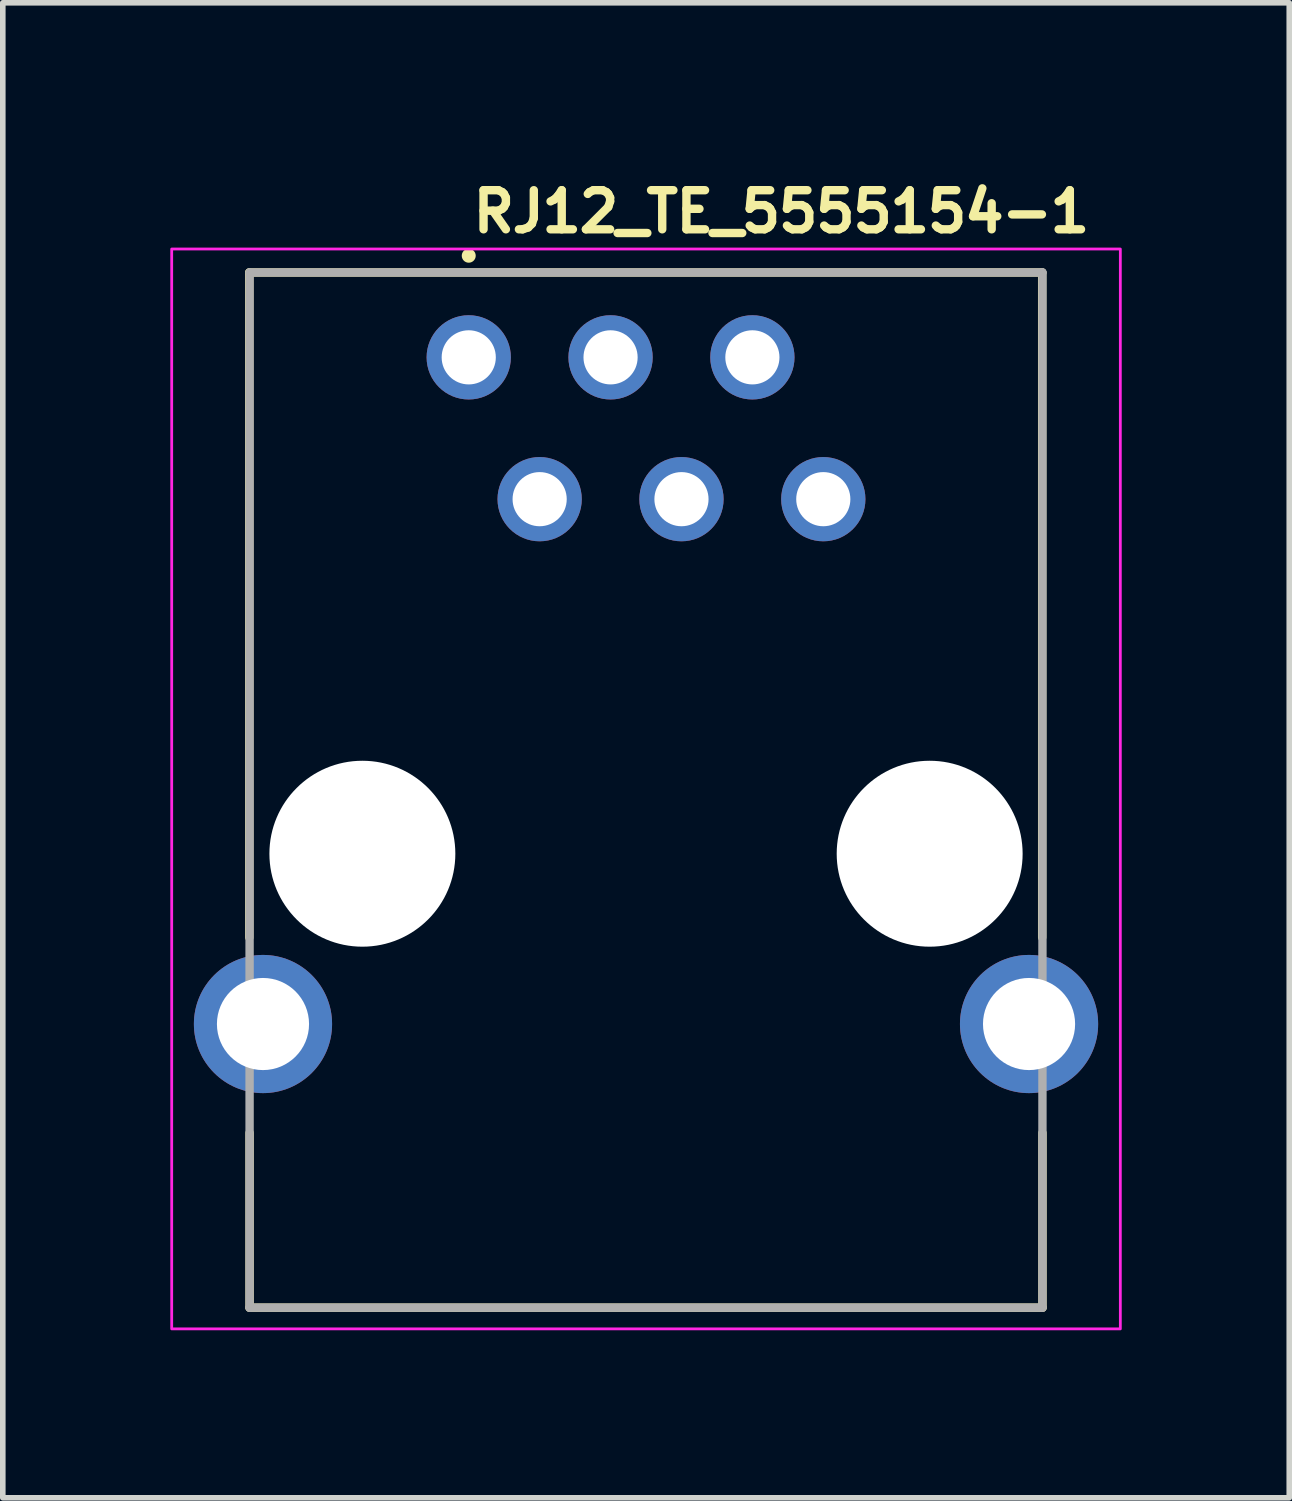
<source format=kicad_pcb>
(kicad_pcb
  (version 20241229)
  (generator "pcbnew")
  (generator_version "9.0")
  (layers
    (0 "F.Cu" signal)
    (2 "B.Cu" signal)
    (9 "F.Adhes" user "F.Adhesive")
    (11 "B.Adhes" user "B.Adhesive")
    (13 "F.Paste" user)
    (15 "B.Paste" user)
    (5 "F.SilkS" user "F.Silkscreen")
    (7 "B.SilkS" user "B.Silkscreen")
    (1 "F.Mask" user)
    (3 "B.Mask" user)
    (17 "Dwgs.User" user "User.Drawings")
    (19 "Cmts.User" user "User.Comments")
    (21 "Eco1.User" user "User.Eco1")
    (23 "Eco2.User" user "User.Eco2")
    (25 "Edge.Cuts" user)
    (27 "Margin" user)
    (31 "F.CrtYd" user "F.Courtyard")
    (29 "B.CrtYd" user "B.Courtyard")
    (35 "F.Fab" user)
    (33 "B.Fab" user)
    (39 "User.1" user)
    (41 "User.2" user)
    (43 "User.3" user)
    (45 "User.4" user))
  (footprint "RJ12_TE_5555154-1"
    (layer "F.Cu")
    (at 5.345 3.35)
    (property "Reference" "RJ12_TE_5555154-1" (at 0 -2.2 0) (layer "F.SilkS") (effects (font (size 0.7 0.7) (thickness 0.15)) (justify left bottom)))
    (attr through_hole)
    (fp_line (start -3.93 -1.52) (end 10.27 -1.52) (stroke (width 0.15) (type solid)) (layer "F.SilkS"))
    (fp_line (start -3.93 10.39) (end -3.93 -1.52) (stroke (width 0.15) (type solid)) (layer "F.SilkS"))
    (fp_line (start -3.925 13.89) (end -3.925 17.02) (stroke (width 0.15) (type solid)) (layer "F.SilkS"))
    (fp_line (start -3.925 17.02) (end 10.275 17.02) (stroke (width 0.15) (type solid)) (layer "F.SilkS"))
    (fp_line (start 10.27 -1.52) (end 10.27 10.39) (stroke (width 0.15) (type solid)) (layer "F.SilkS"))
    (fp_line (start 10.275 17.02) (end 10.275 13.89) (stroke (width 0.15) (type solid)) (layer "F.SilkS"))
    (fp_circle (center 0 -1.82) (end 0.05 -1.82) (stroke (width 0.15) (type solid)) (fill yes) (layer "F.SilkS"))
    (fp_rect (start -5.32 -1.94) (end 11.67 17.4) (stroke (width 0.05) (type solid)) (fill no) (layer "F.CrtYd"))
    (fp_line (start -3.925 -1.52) (end 10.275 -1.52) (stroke (width 0.15) (type solid)) (layer "F.Fab"))
    (fp_line (start -3.925 17.02) (end -3.925 -1.52) (stroke (width 0.15) (type solid)) (layer "F.Fab"))
    (fp_line (start 10.275 -1.52) (end 10.275 17.02) (stroke (width 0.15) (type solid)) (layer "F.Fab"))
    (fp_line (start 10.275 17.02) (end -3.925 17.02) (stroke (width 0.15) (type solid)) (layer "F.Fab"))
    (fp_rect (start -4.763 -1.542) (end 11.113 17) (stroke (width 0.1) (type solid)) (fill no) (layer "User.5"))
    (fp_line (start -4.763 13.063) (end -3.861 13.063) (stroke (width 0.02) (type solid)) (layer "User.9"))
    (fp_line (start -4.763 14.333) (end -4.763 13.063) (stroke (width 0.02) (type solid)) (layer "User.9"))
    (fp_line (start -3.861 9.621) (end -3.612 9.621) (stroke (width 0.02) (type solid)) (layer "User.9"))
    (fp_line (start -3.861 14.333) (end -4.763 14.333) (stroke (width 0.02) (type solid)) (layer "User.9"))
    (fp_line (start -3.861 16.606) (end -3.861 9.621) (stroke (width 0.02) (type solid)) (layer "User.9"))
    (fp_line (start -3.861 16.606) (end -3.86 16.627) (stroke (width 0.02) (type solid)) (layer "User.9"))
    (fp_line (start -3.86 16.627) (end -3.859 16.647) (stroke (width 0.02) (type solid)) (layer "User.9"))
    (fp_line (start -3.859 16.647) (end -3.856 16.666) (stroke (width 0.02) (type solid)) (layer "User.9"))
    (fp_line (start -3.856 16.666) (end -3.853 16.686) (stroke (width 0.02) (type solid)) (layer "User.9"))
    (fp_line (start -3.853 16.686) (end -3.848 16.705) (stroke (width 0.02) (type solid)) (layer "User.9"))
    (fp_line (start -3.848 16.705) (end -3.843 16.723) (stroke (width 0.02) (type solid)) (layer "User.9"))
    (fp_line (start -3.843 16.723) (end -3.837 16.742) (stroke (width 0.02) (type solid)) (layer "User.9"))
    (fp_line (start -3.837 16.742) (end -3.83 16.76) (stroke (width 0.02) (type solid)) (layer "User.9"))
    (fp_line (start -3.83 16.76) (end -3.822 16.777) (stroke (width 0.02) (type solid)) (layer "User.9"))
    (fp_line (start -3.822 16.777) (end -3.813 16.794) (stroke (width 0.02) (type solid)) (layer "User.9"))
    (fp_line (start -3.813 16.794) (end -3.804 16.81) (stroke (width 0.02) (type solid)) (layer "User.9"))
    (fp_line (start -3.804 16.81) (end -3.794 16.826) (stroke (width 0.02) (type solid)) (layer "User.9"))
    (fp_line (start -3.794 16.826) (end -3.783 16.842) (stroke (width 0.02) (type solid)) (layer "User.9"))
    (fp_line (start -3.783 16.842) (end -3.771 16.857) (stroke (width 0.02) (type solid)) (layer "User.9"))
    (fp_line (start -3.771 16.857) (end -3.759 16.871) (stroke (width 0.02) (type solid)) (layer "User.9"))
    (fp_line (start -3.759 16.871) (end -3.745 16.885) (stroke (width 0.02) (type solid)) (layer "User.9"))
    (fp_line (start -3.745 16.885) (end -3.732 16.898) (stroke (width 0.02) (type solid)) (layer "User.9"))
    (fp_line (start -3.732 16.898) (end -3.718 16.91) (stroke (width 0.02) (type solid)) (layer "User.9"))
    (fp_line (start -3.718 16.91) (end -3.703 16.922) (stroke (width 0.02) (type solid)) (layer "User.9"))
    (fp_line (start -3.703 16.922) (end -3.687 16.933) (stroke (width 0.02) (type solid)) (layer "User.9"))
    (fp_line (start -3.687 16.933) (end -3.671 16.943) (stroke (width 0.02) (type solid)) (layer "User.9"))
    (fp_line (start -3.671 16.943) (end -3.655 16.952) (stroke (width 0.02) (type solid)) (layer "User.9"))
    (fp_line (start -3.655 16.952) (end -3.638 16.961) (stroke (width 0.02) (type solid)) (layer "User.9"))
    (fp_line (start -3.638 16.961) (end -3.62 16.969) (stroke (width 0.02) (type solid)) (layer "User.9"))
    (fp_line (start -3.62 16.969) (end -3.602 16.976) (stroke (width 0.02) (type solid)) (layer "User.9"))
    (fp_line (start -3.612 9.621) (end -3.612 16.606) (stroke (width 0.02) (type solid)) (layer "User.9"))
    (fp_line (start -3.612 13.063) (end -3.467 13.063) (stroke (width 0.02) (type solid)) (layer "User.9"))
    (fp_line (start -3.612 16.613) (end -3.612 16.606) (stroke (width 0.02) (type solid)) (layer "User.9"))
    (fp_line (start -3.611 16.621) (end -3.612 16.613) (stroke (width 0.02) (type solid)) (layer "User.9"))
    (fp_line (start -3.61 16.628) (end -3.611 16.621) (stroke (width 0.02) (type solid)) (layer "User.9"))
    (fp_line (start -3.609 16.635) (end -3.61 16.628) (stroke (width 0.02) (type solid)) (layer "User.9"))
    (fp_line (start -3.608 16.642) (end -3.609 16.635) (stroke (width 0.02) (type solid)) (layer "User.9"))
    (fp_line (start -3.606 16.648) (end -3.608 16.642) (stroke (width 0.02) (type solid)) (layer "User.9"))
    (fp_line (start -3.603 16.655) (end -3.606 16.648) (stroke (width 0.02) (type solid)) (layer "User.9"))
    (fp_line (start -3.602 16.976) (end -3.584 16.982) (stroke (width 0.02) (type solid)) (layer "User.9"))
    (fp_line (start -3.601 16.662) (end -3.603 16.655) (stroke (width 0.02) (type solid)) (layer "User.9"))
    (fp_line (start -3.598 16.668) (end -3.601 16.662) (stroke (width 0.02) (type solid)) (layer "User.9"))
    (fp_line (start -3.595 16.674) (end -3.598 16.668) (stroke (width 0.02) (type solid)) (layer "User.9"))
    (fp_line (start -3.591 16.681) (end -3.595 16.674) (stroke (width 0.02) (type solid)) (layer "User.9"))
    (fp_line (start -3.588 16.687) (end -3.591 16.681) (stroke (width 0.02) (type solid)) (layer "User.9"))
    (fp_line (start -3.584 16.982) (end -3.565 16.988) (stroke (width 0.02) (type solid)) (layer "User.9"))
    (fp_line (start -3.583 16.692) (end -3.588 16.687) (stroke (width 0.02) (type solid)) (layer "User.9"))
    (fp_line (start -3.579 16.698) (end -3.583 16.692) (stroke (width 0.02) (type solid)) (layer "User.9"))
    (fp_line (start -3.574 16.703) (end -3.579 16.698) (stroke (width 0.02) (type solid)) (layer "User.9"))
    (fp_line (start -3.569 16.709) (end -3.574 16.703) (stroke (width 0.02) (type solid)) (layer "User.9"))
    (fp_line (start -3.569 16.709) (end -3.569 16.709) (stroke (width 0.02) (type solid)) (layer "User.9"))
    (fp_line (start -3.565 16.988) (end -3.546 16.992) (stroke (width 0.02) (type solid)) (layer "User.9"))
    (fp_line (start -3.564 16.714) (end -3.569 16.709) (stroke (width 0.02) (type solid)) (layer "User.9"))
    (fp_line (start -3.559 16.718) (end -3.564 16.714) (stroke (width 0.02) (type solid)) (layer "User.9"))
    (fp_line (start -3.553 16.723) (end -3.559 16.718) (stroke (width 0.02) (type solid)) (layer "User.9"))
    (fp_line (start -3.547 16.727) (end -3.553 16.723) (stroke (width 0.02) (type solid)) (layer "User.9"))
    (fp_line (start -3.546 16.992) (end -3.527 16.995) (stroke (width 0.02) (type solid)) (layer "User.9"))
    (fp_line (start -3.541 16.731) (end -3.547 16.727) (stroke (width 0.02) (type solid)) (layer "User.9"))
    (fp_line (start -3.535 16.734) (end -3.541 16.731) (stroke (width 0.02) (type solid)) (layer "User.9"))
    (fp_line (start -3.529 16.737) (end -3.535 16.734) (stroke (width 0.02) (type solid)) (layer "User.9"))
    (fp_line (start -3.527 16.995) (end -3.507 16.998) (stroke (width 0.02) (type solid)) (layer "User.9"))
    (fp_line (start -3.523 16.74) (end -3.529 16.737) (stroke (width 0.02) (type solid)) (layer "User.9"))
    (fp_line (start -3.516 16.743) (end -3.523 16.74) (stroke (width 0.02) (type solid)) (layer "User.9"))
    (fp_line (start -3.509 16.745) (end -3.516 16.743) (stroke (width 0.02) (type solid)) (layer "User.9"))
    (fp_line (start -3.507 16.998) (end -3.487 16.999) (stroke (width 0.02) (type solid)) (layer "User.9"))
    (fp_line (start -3.502 16.747) (end -3.509 16.745) (stroke (width 0.02) (type solid)) (layer "User.9"))
    (fp_line (start -3.495 16.748) (end -3.502 16.747) (stroke (width 0.02) (type solid)) (layer "User.9"))
    (fp_line (start -3.488 16.75) (end -3.495 16.748) (stroke (width 0.02) (type solid)) (layer "User.9"))
    (fp_line (start -3.487 16.999) (end -3.467 17) (stroke (width 0.02) (type solid)) (layer "User.9"))
    (fp_line (start -3.481 16.75) (end -3.488 16.75) (stroke (width 0.02) (type solid)) (layer "User.9"))
    (fp_line (start -3.474 16.751) (end -3.481 16.75) (stroke (width 0.02) (type solid)) (layer "User.9"))
    (fp_line (start -3.467 1.89) (end -3.467 -1.542) (stroke (width 0.02) (type solid)) (layer "User.9"))
    (fp_line (start -3.467 1.983) (end -3.467 1.89) (stroke (width 0.02) (type solid)) (layer "User.9"))
    (fp_line (start -3.467 1.983) (end -3.467 1.983) (stroke (width 0.02) (type solid)) (layer "User.9"))
    (fp_line (start -3.467 2.086) (end -3.467 1.983) (stroke (width 0.02) (type solid)) (layer "User.9"))
    (fp_line (start -3.467 2.086) (end -3.467 2.086) (stroke (width 0.02) (type solid)) (layer "User.9"))
    (fp_line (start -3.467 2.2) (end -3.467 2.086) (stroke (width 0.02) (type solid)) (layer "User.9"))
    (fp_line (start -3.467 2.2) (end -3.467 2.2) (stroke (width 0.02) (type solid)) (layer "User.9"))
    (fp_line (start -3.467 2.324) (end -3.467 2.2) (stroke (width 0.02) (type solid)) (layer "User.9"))
    (fp_line (start -3.467 2.324) (end -3.467 2.324) (stroke (width 0.02) (type solid)) (layer "User.9"))
    (fp_line (start -3.467 2.456) (end -3.467 2.324) (stroke (width 0.02) (type solid)) (layer "User.9"))
    (fp_line (start -3.467 2.456) (end -3.467 2.456) (stroke (width 0.02) (type solid)) (layer "User.9"))
    (fp_line (start -3.467 2.597) (end -3.467 2.456) (stroke (width 0.02) (type solid)) (layer "User.9"))
    (fp_line (start -3.467 2.597) (end -3.467 2.597) (stroke (width 0.02) (type solid)) (layer "User.9"))
    (fp_line (start -3.467 2.745) (end -3.467 2.597) (stroke (width 0.02) (type solid)) (layer "User.9"))
    (fp_line (start -3.467 2.745) (end -3.467 2.745) (stroke (width 0.02) (type solid)) (layer "User.9"))
    (fp_line (start -3.467 3.913) (end -3.467 2.745) (stroke (width 0.02) (type solid)) (layer "User.9"))
    (fp_line (start -3.467 14.333) (end -3.612 14.333) (stroke (width 0.02) (type solid)) (layer "User.9"))
    (fp_line (start -3.467 16.751) (end -3.474 16.751) (stroke (width 0.02) (type solid)) (layer "User.9"))
    (fp_line (start -3.467 17) (end -3.467 3.913) (stroke (width 0.02) (type solid)) (layer "User.9"))
    (fp_line (start -1.905 16.624) (end -1.905 14.211) (stroke (width 0.02) (type solid)) (layer "User.9"))
    (fp_line (start -1.905 16.89) (end -1.905 16.624) (stroke (width 0.02) (type solid)) (layer "User.9"))
    (fp_line (start -1.905 16.89) (end -1.905 16.89) (stroke (width 0.02) (type solid)) (layer "User.9"))
    (fp_line (start -1.905 17) (end -3.467 17) (stroke (width 0.02) (type solid)) (layer "User.9"))
    (fp_line (start -1.905 17) (end -1.905 16.89) (stroke (width 0.02) (type solid)) (layer "User.9"))
    (fp_line (start 0.452 14.211) (end -1.905 14.211) (stroke (width 0.02) (type solid)) (layer "User.9"))
    (fp_line (start 0.452 14.211) (end 0.452 15.989) (stroke (width 0.02) (type solid)) (layer "User.9"))
    (fp_line (start 0.452 15.989) (end 0.452 16.002) (stroke (width 0.02) (type solid)) (layer "User.9"))
    (fp_line (start 0.452 16.002) (end 0.453 16.015) (stroke (width 0.02) (type solid)) (layer "User.9"))
    (fp_line (start 0.453 16.015) (end 0.455 16.028) (stroke (width 0.02) (type solid)) (layer "User.9"))
    (fp_line (start 0.455 16.028) (end 0.457 16.04) (stroke (width 0.02) (type solid)) (layer "User.9"))
    (fp_line (start 0.457 16.04) (end 0.46 16.053) (stroke (width 0.02) (type solid)) (layer "User.9"))
    (fp_line (start 0.46 16.053) (end 0.464 16.065) (stroke (width 0.02) (type solid)) (layer "User.9"))
    (fp_line (start 0.464 16.065) (end 0.468 16.076) (stroke (width 0.02) (type solid)) (layer "User.9"))
    (fp_line (start 0.468 16.076) (end 0.472 16.088) (stroke (width 0.02) (type solid)) (layer "User.9"))
    (fp_line (start 0.472 16.088) (end 0.477 16.099) (stroke (width 0.02) (type solid)) (layer "User.9"))
    (fp_line (start 0.477 16.099) (end 0.483 16.11) (stroke (width 0.02) (type solid)) (layer "User.9"))
    (fp_line (start 0.483 16.11) (end 0.489 16.121) (stroke (width 0.02) (type solid)) (layer "User.9"))
    (fp_line (start 0.489 16.121) (end 0.496 16.131) (stroke (width 0.02) (type solid)) (layer "User.9"))
    (fp_line (start 0.496 16.131) (end 0.503 16.141) (stroke (width 0.02) (type solid)) (layer "User.9"))
    (fp_line (start 0.503 16.141) (end 0.51 16.151) (stroke (width 0.02) (type solid)) (layer "User.9"))
    (fp_line (start 0.51 16.151) (end 0.518 16.16) (stroke (width 0.02) (type solid)) (layer "User.9"))
    (fp_line (start 0.518 16.16) (end 0.527 16.169) (stroke (width 0.02) (type solid)) (layer "User.9"))
    (fp_line (start 0.527 16.169) (end 0.535 16.177) (stroke (width 0.02) (type solid)) (layer "User.9"))
    (fp_line (start 0.535 16.177) (end 0.545 16.185) (stroke (width 0.02) (type solid)) (layer "User.9"))
    (fp_line (start 0.545 16.185) (end 0.554 16.193) (stroke (width 0.02) (type solid)) (layer "User.9"))
    (fp_line (start 0.554 16.193) (end 0.564 16.2) (stroke (width 0.02) (type solid)) (layer "User.9"))
    (fp_line (start 0.564 16.2) (end 0.574 16.206) (stroke (width 0.02) (type solid)) (layer "User.9"))
    (fp_line (start 0.574 16.206) (end 0.585 16.212) (stroke (width 0.02) (type solid)) (layer "User.9"))
    (fp_line (start 0.585 16.212) (end 0.596 16.218) (stroke (width 0.02) (type solid)) (layer "User.9"))
    (fp_line (start 0.596 16.218) (end 0.607 16.223) (stroke (width 0.02) (type solid)) (layer "User.9"))
    (fp_line (start 0.607 16.223) (end 0.619 16.228) (stroke (width 0.02) (type solid)) (layer "User.9"))
    (fp_line (start 0.619 16.228) (end 0.631 16.232) (stroke (width 0.02) (type solid)) (layer "User.9"))
    (fp_line (start 0.631 16.232) (end 0.643 16.235) (stroke (width 0.02) (type solid)) (layer "User.9"))
    (fp_line (start 0.643 16.235) (end 0.655 16.238) (stroke (width 0.02) (type solid)) (layer "User.9"))
    (fp_line (start 0.655 16.238) (end 0.667 16.24) (stroke (width 0.02) (type solid)) (layer "User.9"))
    (fp_line (start 0.667 16.24) (end 0.68 16.242) (stroke (width 0.02) (type solid)) (layer "User.9"))
    (fp_line (start 0.68 16.242) (end 0.693 16.243) (stroke (width 0.02) (type solid)) (layer "User.9"))
    (fp_line (start 0.693 16.243) (end 0.706 16.243) (stroke (width 0.02) (type solid)) (layer "User.9"))
    (fp_line (start 0.706 16.243) (end 0.706 16.243) (stroke (width 0.02) (type solid)) (layer "User.9"))
    (fp_line (start 0.706 16.243) (end 0.719 16.243) (stroke (width 0.02) (type solid)) (layer "User.9"))
    (fp_line (start 0.719 16.243) (end 0.732 16.242) (stroke (width 0.02) (type solid)) (layer "User.9"))
    (fp_line (start 0.732 16.242) (end 0.745 16.24) (stroke (width 0.02) (type solid)) (layer "User.9"))
    (fp_line (start 0.745 16.24) (end 0.757 16.238) (stroke (width 0.02) (type solid)) (layer "User.9"))
    (fp_line (start 0.757 16.238) (end 0.77 16.235) (stroke (width 0.02) (type solid)) (layer "User.9"))
    (fp_line (start 0.77 16.235) (end 0.782 16.232) (stroke (width 0.02) (type solid)) (layer "User.9"))
    (fp_line (start 0.782 16.232) (end 0.793 16.228) (stroke (width 0.02) (type solid)) (layer "User.9"))
    (fp_line (start 0.793 16.228) (end 0.805 16.223) (stroke (width 0.02) (type solid)) (layer "User.9"))
    (fp_line (start 0.805 16.223) (end 0.816 16.218) (stroke (width 0.02) (type solid)) (layer "User.9"))
    (fp_line (start 0.816 16.218) (end 0.827 16.212) (stroke (width 0.02) (type solid)) (layer "User.9"))
    (fp_line (start 0.827 16.212) (end 0.838 16.206) (stroke (width 0.02) (type solid)) (layer "User.9"))
    (fp_line (start 0.838 16.206) (end 0.848 16.2) (stroke (width 0.02) (type solid)) (layer "User.9"))
    (fp_line (start 0.848 16.2) (end 0.858 16.193) (stroke (width 0.02) (type solid)) (layer "User.9"))
    (fp_line (start 0.858 16.193) (end 0.868 16.185) (stroke (width 0.02) (type solid)) (layer "User.9"))
    (fp_line (start 0.868 16.185) (end 0.877 16.177) (stroke (width 0.02) (type solid)) (layer "User.9"))
    (fp_line (start 0.877 16.177) (end 0.886 16.169) (stroke (width 0.02) (type solid)) (layer "User.9"))
    (fp_line (start 0.886 16.169) (end 0.894 16.16) (stroke (width 0.02) (type solid)) (layer "User.9"))
    (fp_line (start 0.894 16.16) (end 0.902 16.151) (stroke (width 0.02) (type solid)) (layer "User.9"))
    (fp_line (start 0.902 16.151) (end 0.91 16.141) (stroke (width 0.02) (type solid)) (layer "User.9"))
    (fp_line (start 0.91 16.141) (end 0.917 16.131) (stroke (width 0.02) (type solid)) (layer "User.9"))
    (fp_line (start 0.917 16.131) (end 0.923 16.121) (stroke (width 0.02) (type solid)) (layer "User.9"))
    (fp_line (start 0.923 16.121) (end 0.929 16.11) (stroke (width 0.02) (type solid)) (layer "User.9"))
    (fp_line (start 0.929 16.11) (end 0.935 16.099) (stroke (width 0.02) (type solid)) (layer "User.9"))
    (fp_line (start 0.935 16.099) (end 0.94 16.088) (stroke (width 0.02) (type solid)) (layer "User.9"))
    (fp_line (start 0.94 16.088) (end 0.945 16.076) (stroke (width 0.02) (type solid)) (layer "User.9"))
    (fp_line (start 0.945 16.076) (end 0.949 16.065) (stroke (width 0.02) (type solid)) (layer "User.9"))
    (fp_line (start 0.949 16.065) (end 0.952 16.053) (stroke (width 0.02) (type solid)) (layer "User.9"))
    (fp_line (start 0.952 16.053) (end 0.955 16.04) (stroke (width 0.02) (type solid)) (layer "User.9"))
    (fp_line (start 0.955 16.04) (end 0.957 16.028) (stroke (width 0.02) (type solid)) (layer "User.9"))
    (fp_line (start 0.957 16.028) (end 0.959 16.015) (stroke (width 0.02) (type solid)) (layer "User.9"))
    (fp_line (start 0.959 16.015) (end 0.96 16.002) (stroke (width 0.02) (type solid)) (layer "User.9"))
    (fp_line (start 0.96 14.211) (end 0.96 15.989) (stroke (width 0.02) (type solid)) (layer "User.9"))
    (fp_line (start 0.96 16.002) (end 0.96 15.989) (stroke (width 0.02) (type solid)) (layer "User.9"))
    (fp_line (start 5.39 14.211) (end 0.96 14.211) (stroke (width 0.02) (type solid)) (layer "User.9"))
    (fp_line (start 5.39 14.211) (end 5.39 15.989) (stroke (width 0.02) (type solid)) (layer "User.9"))
    (fp_line (start 5.39 15.989) (end 5.39 16.002) (stroke (width 0.02) (type solid)) (layer "User.9"))
    (fp_line (start 5.39 16.002) (end 5.391 16.015) (stroke (width 0.02) (type solid)) (layer "User.9"))
    (fp_line (start 5.391 16.015) (end 5.393 16.028) (stroke (width 0.02) (type solid)) (layer "User.9"))
    (fp_line (start 5.393 16.028) (end 5.395 16.04) (stroke (width 0.02) (type solid)) (layer "User.9"))
    (fp_line (start 5.395 16.04) (end 5.398 16.053) (stroke (width 0.02) (type solid)) (layer "User.9"))
    (fp_line (start 5.398 16.053) (end 5.401 16.065) (stroke (width 0.02) (type solid)) (layer "User.9"))
    (fp_line (start 5.401 16.065) (end 5.405 16.076) (stroke (width 0.02) (type solid)) (layer "User.9"))
    (fp_line (start 5.405 16.076) (end 5.41 16.088) (stroke (width 0.02) (type solid)) (layer "User.9"))
    (fp_line (start 5.41 16.088) (end 5.415 16.099) (stroke (width 0.02) (type solid)) (layer "User.9"))
    (fp_line (start 5.415 16.099) (end 5.421 16.11) (stroke (width 0.02) (type solid)) (layer "User.9"))
    (fp_line (start 5.421 16.11) (end 5.427 16.121) (stroke (width 0.02) (type solid)) (layer "User.9"))
    (fp_line (start 5.427 16.121) (end 5.433 16.131) (stroke (width 0.02) (type solid)) (layer "User.9"))
    (fp_line (start 5.433 16.131) (end 5.44 16.141) (stroke (width 0.02) (type solid)) (layer "User.9"))
    (fp_line (start 5.44 16.141) (end 5.448 16.151) (stroke (width 0.02) (type solid)) (layer "User.9"))
    (fp_line (start 5.448 16.151) (end 5.456 16.16) (stroke (width 0.02) (type solid)) (layer "User.9"))
    (fp_line (start 5.456 16.16) (end 5.464 16.169) (stroke (width 0.02) (type solid)) (layer "User.9"))
    (fp_line (start 5.464 16.169) (end 5.473 16.177) (stroke (width 0.02) (type solid)) (layer "User.9"))
    (fp_line (start 5.473 16.177) (end 5.482 16.185) (stroke (width 0.02) (type solid)) (layer "User.9"))
    (fp_line (start 5.482 16.185) (end 5.492 16.193) (stroke (width 0.02) (type solid)) (layer "User.9"))
    (fp_line (start 5.492 16.193) (end 5.502 16.2) (stroke (width 0.02) (type solid)) (layer "User.9"))
    (fp_line (start 5.502 16.2) (end 5.512 16.206) (stroke (width 0.02) (type solid)) (layer "User.9"))
    (fp_line (start 5.512 16.206) (end 5.523 16.212) (stroke (width 0.02) (type solid)) (layer "User.9"))
    (fp_line (start 5.523 16.212) (end 5.534 16.218) (stroke (width 0.02) (type solid)) (layer "User.9"))
    (fp_line (start 5.534 16.218) (end 5.545 16.223) (stroke (width 0.02) (type solid)) (layer "User.9"))
    (fp_line (start 5.545 16.223) (end 5.557 16.228) (stroke (width 0.02) (type solid)) (layer "User.9"))
    (fp_line (start 5.557 16.228) (end 5.568 16.232) (stroke (width 0.02) (type solid)) (layer "User.9"))
    (fp_line (start 5.568 16.232) (end 5.58 16.235) (stroke (width 0.02) (type solid)) (layer "User.9"))
    (fp_line (start 5.58 16.235) (end 5.593 16.238) (stroke (width 0.02) (type solid)) (layer "User.9"))
    (fp_line (start 5.593 16.238) (end 5.605 16.24) (stroke (width 0.02) (type solid)) (layer "User.9"))
    (fp_line (start 5.605 16.24) (end 5.618 16.242) (stroke (width 0.02) (type solid)) (layer "User.9"))
    (fp_line (start 5.618 16.242) (end 5.631 16.243) (stroke (width 0.02) (type solid)) (layer "User.9"))
    (fp_line (start 5.631 16.243) (end 5.644 16.243) (stroke (width 0.02) (type solid)) (layer "User.9"))
    (fp_line (start 5.644 16.243) (end 5.644 16.243) (stroke (width 0.02) (type solid)) (layer "User.9"))
    (fp_line (start 5.644 16.243) (end 5.657 16.243) (stroke (width 0.02) (type solid)) (layer "User.9"))
    (fp_line (start 5.657 16.243) (end 5.67 16.242) (stroke (width 0.02) (type solid)) (layer "User.9"))
    (fp_line (start 5.67 16.242) (end 5.683 16.24) (stroke (width 0.02) (type solid)) (layer "User.9"))
    (fp_line (start 5.683 16.24) (end 5.695 16.238) (stroke (width 0.02) (type solid)) (layer "User.9"))
    (fp_line (start 5.695 16.238) (end 5.707 16.235) (stroke (width 0.02) (type solid)) (layer "User.9"))
    (fp_line (start 5.707 16.235) (end 5.719 16.232) (stroke (width 0.02) (type solid)) (layer "User.9"))
    (fp_line (start 5.719 16.232) (end 5.731 16.228) (stroke (width 0.02) (type solid)) (layer "User.9"))
    (fp_line (start 5.731 16.228) (end 5.743 16.223) (stroke (width 0.02) (type solid)) (layer "User.9"))
    (fp_line (start 5.743 16.223) (end 5.754 16.218) (stroke (width 0.02) (type solid)) (layer "User.9"))
    (fp_line (start 5.754 16.218) (end 5.765 16.212) (stroke (width 0.02) (type solid)) (layer "User.9"))
    (fp_line (start 5.765 16.212) (end 5.776 16.206) (stroke (width 0.02) (type solid)) (layer "User.9"))
    (fp_line (start 5.776 16.206) (end 5.786 16.2) (stroke (width 0.02) (type solid)) (layer "User.9"))
    (fp_line (start 5.786 16.2) (end 5.796 16.193) (stroke (width 0.02) (type solid)) (layer "User.9"))
    (fp_line (start 5.796 16.193) (end 5.805 16.185) (stroke (width 0.02) (type solid)) (layer "User.9"))
    (fp_line (start 5.805 16.185) (end 5.815 16.177) (stroke (width 0.02) (type solid)) (layer "User.9"))
    (fp_line (start 5.815 16.177) (end 5.823 16.169) (stroke (width 0.02) (type solid)) (layer "User.9"))
    (fp_line (start 5.823 16.169) (end 5.832 16.16) (stroke (width 0.02) (type solid)) (layer "User.9"))
    (fp_line (start 5.832 16.16) (end 5.84 16.151) (stroke (width 0.02) (type solid)) (layer "User.9"))
    (fp_line (start 5.84 16.151) (end 5.847 16.141) (stroke (width 0.02) (type solid)) (layer "User.9"))
    (fp_line (start 5.847 16.141) (end 5.854 16.131) (stroke (width 0.02) (type solid)) (layer "User.9"))
    (fp_line (start 5.854 16.131) (end 5.861 16.121) (stroke (width 0.02) (type solid)) (layer "User.9"))
    (fp_line (start 5.861 16.121) (end 5.867 16.11) (stroke (width 0.02) (type solid)) (layer "User.9"))
    (fp_line (start 5.867 16.11) (end 5.873 16.099) (stroke (width 0.02) (type solid)) (layer "User.9"))
    (fp_line (start 5.873 16.099) (end 5.878 16.088) (stroke (width 0.02) (type solid)) (layer "User.9"))
    (fp_line (start 5.878 16.088) (end 5.882 16.076) (stroke (width 0.02) (type solid)) (layer "User.9"))
    (fp_line (start 5.882 16.076) (end 5.886 16.065) (stroke (width 0.02) (type solid)) (layer "User.9"))
    (fp_line (start 5.886 16.065) (end 5.89 16.053) (stroke (width 0.02) (type solid)) (layer "User.9"))
    (fp_line (start 5.89 16.053) (end 5.893 16.04) (stroke (width 0.02) (type solid)) (layer "User.9"))
    (fp_line (start 5.893 16.04) (end 5.895 16.028) (stroke (width 0.02) (type solid)) (layer "User.9"))
    (fp_line (start 5.895 16.028) (end 5.897 16.015) (stroke (width 0.02) (type solid)) (layer "User.9"))
    (fp_line (start 5.897 16.015) (end 5.898 16.002) (stroke (width 0.02) (type solid)) (layer "User.9"))
    (fp_line (start 5.898 14.211) (end 5.898 15.989) (stroke (width 0.02) (type solid)) (layer "User.9"))
    (fp_line (start 5.898 16.002) (end 5.898 15.989) (stroke (width 0.02) (type solid)) (layer "User.9"))
    (fp_line (start 8.255 14.211) (end 5.898 14.211) (stroke (width 0.02) (type solid)) (layer "User.9"))
    (fp_line (start 8.255 16.624) (end 8.255 14.211) (stroke (width 0.02) (type solid)) (layer "User.9"))
    (fp_line (start 8.255 16.89) (end 8.255 16.624) (stroke (width 0.02) (type solid)) (layer "User.9"))
    (fp_line (start 8.255 16.89) (end 8.255 16.89) (stroke (width 0.02) (type solid)) (layer "User.9"))
    (fp_line (start 8.255 17) (end -1.905 17) (stroke (width 0.02) (type solid)) (layer "User.9"))
    (fp_line (start 8.255 17) (end 8.255 16.89) (stroke (width 0.02) (type solid)) (layer "User.9"))
    (fp_line (start 9.817 -1.542) (end -3.467 -1.542) (stroke (width 0.02) (type solid)) (layer "User.9"))
    (fp_line (start 9.817 1.89) (end 9.817 -1.542) (stroke (width 0.02) (type solid)) (layer "User.9"))
    (fp_line (start 9.817 1.983) (end 9.817 1.89) (stroke (width 0.02) (type solid)) (layer "User.9"))
    (fp_line (start 9.817 1.983) (end 9.817 1.983) (stroke (width 0.02) (type solid)) (layer "User.9"))
    (fp_line (start 9.817 2.086) (end 9.817 1.983) (stroke (width 0.02) (type solid)) (layer "User.9"))
    (fp_line (start 9.817 2.086) (end 9.817 2.086) (stroke (width 0.02) (type solid)) (layer "User.9"))
    (fp_line (start 9.817 2.2) (end 9.817 2.086) (stroke (width 0.02) (type solid)) (layer "User.9"))
    (fp_line (start 9.817 2.2) (end 9.817 2.2) (stroke (width 0.02) (type solid)) (layer "User.9"))
    (fp_line (start 9.817 2.324) (end 9.817 2.2) (stroke (width 0.02) (type solid)) (layer "User.9"))
    (fp_line (start 9.817 2.324) (end 9.817 2.324) (stroke (width 0.02) (type solid)) (layer "User.9"))
    (fp_line (start 9.817 2.456) (end 9.817 2.324) (stroke (width 0.02) (type solid)) (layer "User.9"))
    (fp_line (start 9.817 2.456) (end 9.817 2.456) (stroke (width 0.02) (type solid)) (layer "User.9"))
    (fp_line (start 9.817 2.597) (end 9.817 2.456) (stroke (width 0.02) (type solid)) (layer "User.9"))
    (fp_line (start 9.817 2.597) (end 9.817 2.597) (stroke (width 0.02) (type solid)) (layer "User.9"))
    (fp_line (start 9.817 2.745) (end 9.817 2.597) (stroke (width 0.02) (type solid)) (layer "User.9"))
    (fp_line (start 9.817 2.745) (end 9.817 2.745) (stroke (width 0.02) (type solid)) (layer "User.9"))
    (fp_line (start 9.817 3.913) (end 9.817 2.745) (stroke (width 0.02) (type solid)) (layer "User.9"))
    (fp_line (start 9.817 17) (end 8.255 17) (stroke (width 0.02) (type solid)) (layer "User.9"))
    (fp_line (start 9.817 17) (end 9.817 3.913) (stroke (width 0.02) (type solid)) (layer "User.9"))
    (fp_line (start 9.817 17) (end 9.837 16.999) (stroke (width 0.02) (type solid)) (layer "User.9"))
    (fp_line (start 9.824 16.751) (end 9.817 16.751) (stroke (width 0.02) (type solid)) (layer "User.9"))
    (fp_line (start 9.831 16.75) (end 9.824 16.751) (stroke (width 0.02) (type solid)) (layer "User.9"))
    (fp_line (start 9.837 16.999) (end 9.857 16.998) (stroke (width 0.02) (type solid)) (layer "User.9"))
    (fp_line (start 9.838 16.75) (end 9.831 16.75) (stroke (width 0.02) (type solid)) (layer "User.9"))
    (fp_line (start 9.845 16.748) (end 9.838 16.75) (stroke (width 0.02) (type solid)) (layer "User.9"))
    (fp_line (start 9.852 16.747) (end 9.845 16.748) (stroke (width 0.02) (type solid)) (layer "User.9"))
    (fp_line (start 9.857 16.998) (end 9.877 16.995) (stroke (width 0.02) (type solid)) (layer "User.9"))
    (fp_line (start 9.859 16.745) (end 9.852 16.747) (stroke (width 0.02) (type solid)) (layer "User.9"))
    (fp_line (start 9.866 16.743) (end 9.859 16.745) (stroke (width 0.02) (type solid)) (layer "User.9"))
    (fp_line (start 9.872 16.74) (end 9.866 16.743) (stroke (width 0.02) (type solid)) (layer "User.9"))
    (fp_line (start 9.877 16.995) (end 9.896 16.992) (stroke (width 0.02) (type solid)) (layer "User.9"))
    (fp_line (start 9.879 16.737) (end 9.872 16.74) (stroke (width 0.02) (type solid)) (layer "User.9"))
    (fp_line (start 9.885 16.734) (end 9.879 16.737) (stroke (width 0.02) (type solid)) (layer "User.9"))
    (fp_line (start 9.891 16.731) (end 9.885 16.734) (stroke (width 0.02) (type solid)) (layer "User.9"))
    (fp_line (start 9.896 16.992) (end 9.915 16.988) (stroke (width 0.02) (type solid)) (layer "User.9"))
    (fp_line (start 9.897 16.727) (end 9.891 16.731) (stroke (width 0.02) (type solid)) (layer "User.9"))
    (fp_line (start 9.903 16.723) (end 9.897 16.727) (stroke (width 0.02) (type solid)) (layer "User.9"))
    (fp_line (start 9.909 16.718) (end 9.903 16.723) (stroke (width 0.02) (type solid)) (layer "User.9"))
    (fp_line (start 9.914 16.714) (end 9.909 16.718) (stroke (width 0.02) (type solid)) (layer "User.9"))
    (fp_line (start 9.915 16.988) (end 9.934 16.982) (stroke (width 0.02) (type solid)) (layer "User.9"))
    (fp_line (start 9.919 16.709) (end 9.914 16.714) (stroke (width 0.02) (type solid)) (layer "User.9"))
    (fp_line (start 9.919 16.709) (end 9.919 16.709) (stroke (width 0.02) (type solid)) (layer "User.9"))
    (fp_line (start 9.924 16.703) (end 9.919 16.709) (stroke (width 0.02) (type solid)) (layer "User.9"))
    (fp_line (start 9.929 16.698) (end 9.924 16.703) (stroke (width 0.02) (type solid)) (layer "User.9"))
    (fp_line (start 9.933 16.692) (end 9.929 16.698) (stroke (width 0.02) (type solid)) (layer "User.9"))
    (fp_line (start 9.934 16.982) (end 9.952 16.976) (stroke (width 0.02) (type solid)) (layer "User.9"))
    (fp_line (start 9.938 16.687) (end 9.933 16.692) (stroke (width 0.02) (type solid)) (layer "User.9"))
    (fp_line (start 9.941 16.681) (end 9.938 16.687) (stroke (width 0.02) (type solid)) (layer "User.9"))
    (fp_line (start 9.945 16.674) (end 9.941 16.681) (stroke (width 0.02) (type solid)) (layer "User.9"))
    (fp_line (start 9.948 16.668) (end 9.945 16.674) (stroke (width 0.02) (type solid)) (layer "User.9"))
    (fp_line (start 9.951 16.662) (end 9.948 16.668) (stroke (width 0.02) (type solid)) (layer "User.9"))
    (fp_line (start 9.952 16.976) (end 9.97 16.969) (stroke (width 0.02) (type solid)) (layer "User.9"))
    (fp_line (start 9.953 16.655) (end 9.951 16.662) (stroke (width 0.02) (type solid)) (layer "User.9"))
    (fp_line (start 9.956 16.648) (end 9.953 16.655) (stroke (width 0.02) (type solid)) (layer "User.9"))
    (fp_line (start 9.958 16.642) (end 9.956 16.648) (stroke (width 0.02) (type solid)) (layer "User.9"))
    (fp_line (start 9.959 16.635) (end 9.958 16.642) (stroke (width 0.02) (type solid)) (layer "User.9"))
    (fp_line (start 9.96 16.628) (end 9.959 16.635) (stroke (width 0.02) (type solid)) (layer "User.9"))
    (fp_line (start 9.961 16.621) (end 9.96 16.628) (stroke (width 0.02) (type solid)) (layer "User.9"))
    (fp_line (start 9.962 9.621) (end 10.211 9.621) (stroke (width 0.02) (type solid)) (layer "User.9"))
    (fp_line (start 9.962 13.063) (end 9.817 13.063) (stroke (width 0.02) (type solid)) (layer "User.9"))
    (fp_line (start 9.962 14.333) (end 9.817 14.333) (stroke (width 0.02) (type solid)) (layer "User.9"))
    (fp_line (start 9.962 16.606) (end 9.962 9.621) (stroke (width 0.02) (type solid)) (layer "User.9"))
    (fp_line (start 9.962 16.606) (end 9.962 16.613) (stroke (width 0.02) (type solid)) (layer "User.9"))
    (fp_line (start 9.962 16.613) (end 9.961 16.621) (stroke (width 0.02) (type solid)) (layer "User.9"))
    (fp_line (start 9.97 16.969) (end 9.988 16.961) (stroke (width 0.02) (type solid)) (layer "User.9"))
    (fp_line (start 9.988 16.961) (end 10.005 16.952) (stroke (width 0.02) (type solid)) (layer "User.9"))
    (fp_line (start 10.005 16.952) (end 10.021 16.943) (stroke (width 0.02) (type solid)) (layer "User.9"))
    (fp_line (start 10.021 16.943) (end 10.037 16.933) (stroke (width 0.02) (type solid)) (layer "User.9"))
    (fp_line (start 10.037 16.933) (end 10.053 16.922) (stroke (width 0.02) (type solid)) (layer "User.9"))
    (fp_line (start 10.053 16.922) (end 10.068 16.91) (stroke (width 0.02) (type solid)) (layer "User.9"))
    (fp_line (start 10.068 16.91) (end 10.082 16.898) (stroke (width 0.02) (type solid)) (layer "User.9"))
    (fp_line (start 10.082 16.898) (end 10.095 16.885) (stroke (width 0.02) (type solid)) (layer "User.9"))
    (fp_line (start 10.095 16.885) (end 10.109 16.871) (stroke (width 0.02) (type solid)) (layer "User.9"))
    (fp_line (start 10.109 16.871) (end 10.121 16.857) (stroke (width 0.02) (type solid)) (layer "User.9"))
    (fp_line (start 10.121 16.857) (end 10.133 16.842) (stroke (width 0.02) (type solid)) (layer "User.9"))
    (fp_line (start 10.133 16.842) (end 10.144 16.826) (stroke (width 0.02) (type solid)) (layer "User.9"))
    (fp_line (start 10.144 16.826) (end 10.154 16.81) (stroke (width 0.02) (type solid)) (layer "User.9"))
    (fp_line (start 10.154 16.81) (end 10.163 16.794) (stroke (width 0.02) (type solid)) (layer "User.9"))
    (fp_line (start 10.163 16.794) (end 10.172 16.777) (stroke (width 0.02) (type solid)) (layer "User.9"))
    (fp_line (start 10.172 16.777) (end 10.18 16.76) (stroke (width 0.02) (type solid)) (layer "User.9"))
    (fp_line (start 10.18 16.76) (end 10.187 16.742) (stroke (width 0.02) (type solid)) (layer "User.9"))
    (fp_line (start 10.187 16.742) (end 10.193 16.723) (stroke (width 0.02) (type solid)) (layer "User.9"))
    (fp_line (start 10.193 16.723) (end 10.198 16.705) (stroke (width 0.02) (type solid)) (layer "User.9"))
    (fp_line (start 10.198 16.705) (end 10.203 16.686) (stroke (width 0.02) (type solid)) (layer "User.9"))
    (fp_line (start 10.203 16.686) (end 10.206 16.666) (stroke (width 0.02) (type solid)) (layer "User.9"))
    (fp_line (start 10.206 16.666) (end 10.209 16.647) (stroke (width 0.02) (type solid)) (layer "User.9"))
    (fp_line (start 10.209 16.647) (end 10.21 16.627) (stroke (width 0.02) (type solid)) (layer "User.9"))
    (fp_line (start 10.21 16.627) (end 10.211 16.606) (stroke (width 0.02) (type solid)) (layer "User.9"))
    (fp_line (start 10.211 9.621) (end 10.211 16.606) (stroke (width 0.02) (type solid)) (layer "User.9"))
    (fp_line (start 11.113 13.063) (end 10.211 13.063) (stroke (width 0.02) (type solid)) (layer "User.9"))
    (fp_line (start 11.113 13.063) (end 11.113 14.333) (stroke (width 0.02) (type solid)) (layer "User.9"))
    (fp_line (start 11.113 14.333) (end 10.211 14.333) (stroke (width 0.02) (type solid)) (layer "User.9"))
    (pad "" np_thru_hole circle (at -1.905 8.89) (size 3.33 3.33) (drill 3.33) (layers "*.Cu" "*.Mask"))
    (pad "" np_thru_hole circle (at 8.255 8.89) (size 3.33 3.33) (drill 3.33) (layers "*.Cu" "*.Mask"))
    (pad "1" thru_hole circle (at 0 0) (size 1.509 1.509) (drill 0.97) (layers "*.Cu" "*.Mask"))
    (pad "2" thru_hole circle (at 1.27 2.54) (size 1.509 1.509) (drill 0.97) (layers "*.Cu" "*.Mask"))
    (pad "3" thru_hole circle (at 2.54 0) (size 1.509 1.509) (drill 0.97) (layers "*.Cu" "*.Mask"))
    (pad "4" thru_hole circle (at 3.81 2.54) (size 1.509 1.509) (drill 0.97) (layers "*.Cu" "*.Mask"))
    (pad "5" thru_hole circle (at 5.08 0) (size 1.509 1.509) (drill 0.97) (layers "*.Cu" "*.Mask"))
    (pad "6" thru_hole circle (at 6.35 2.54) (size 1.509 1.509) (drill 0.97) (layers "*.Cu" "*.Mask"))
    (pad "SH1" thru_hole circle (at -3.685 11.94) (size 2.475 2.475) (drill 1.65) (layers "*.Cu" "*.Mask"))
    (pad "SH2" thru_hole circle (at 10.035 11.94) (size 2.475 2.475) (drill 1.65) (layers "*.Cu" "*.Mask")))
  (gr_rect
    (start -3 -3)
    (end 20.04 23.775)
    (stroke (width 0.1) (type default))
    (fill no)
    (layer "Edge.Cuts")))
</source>
